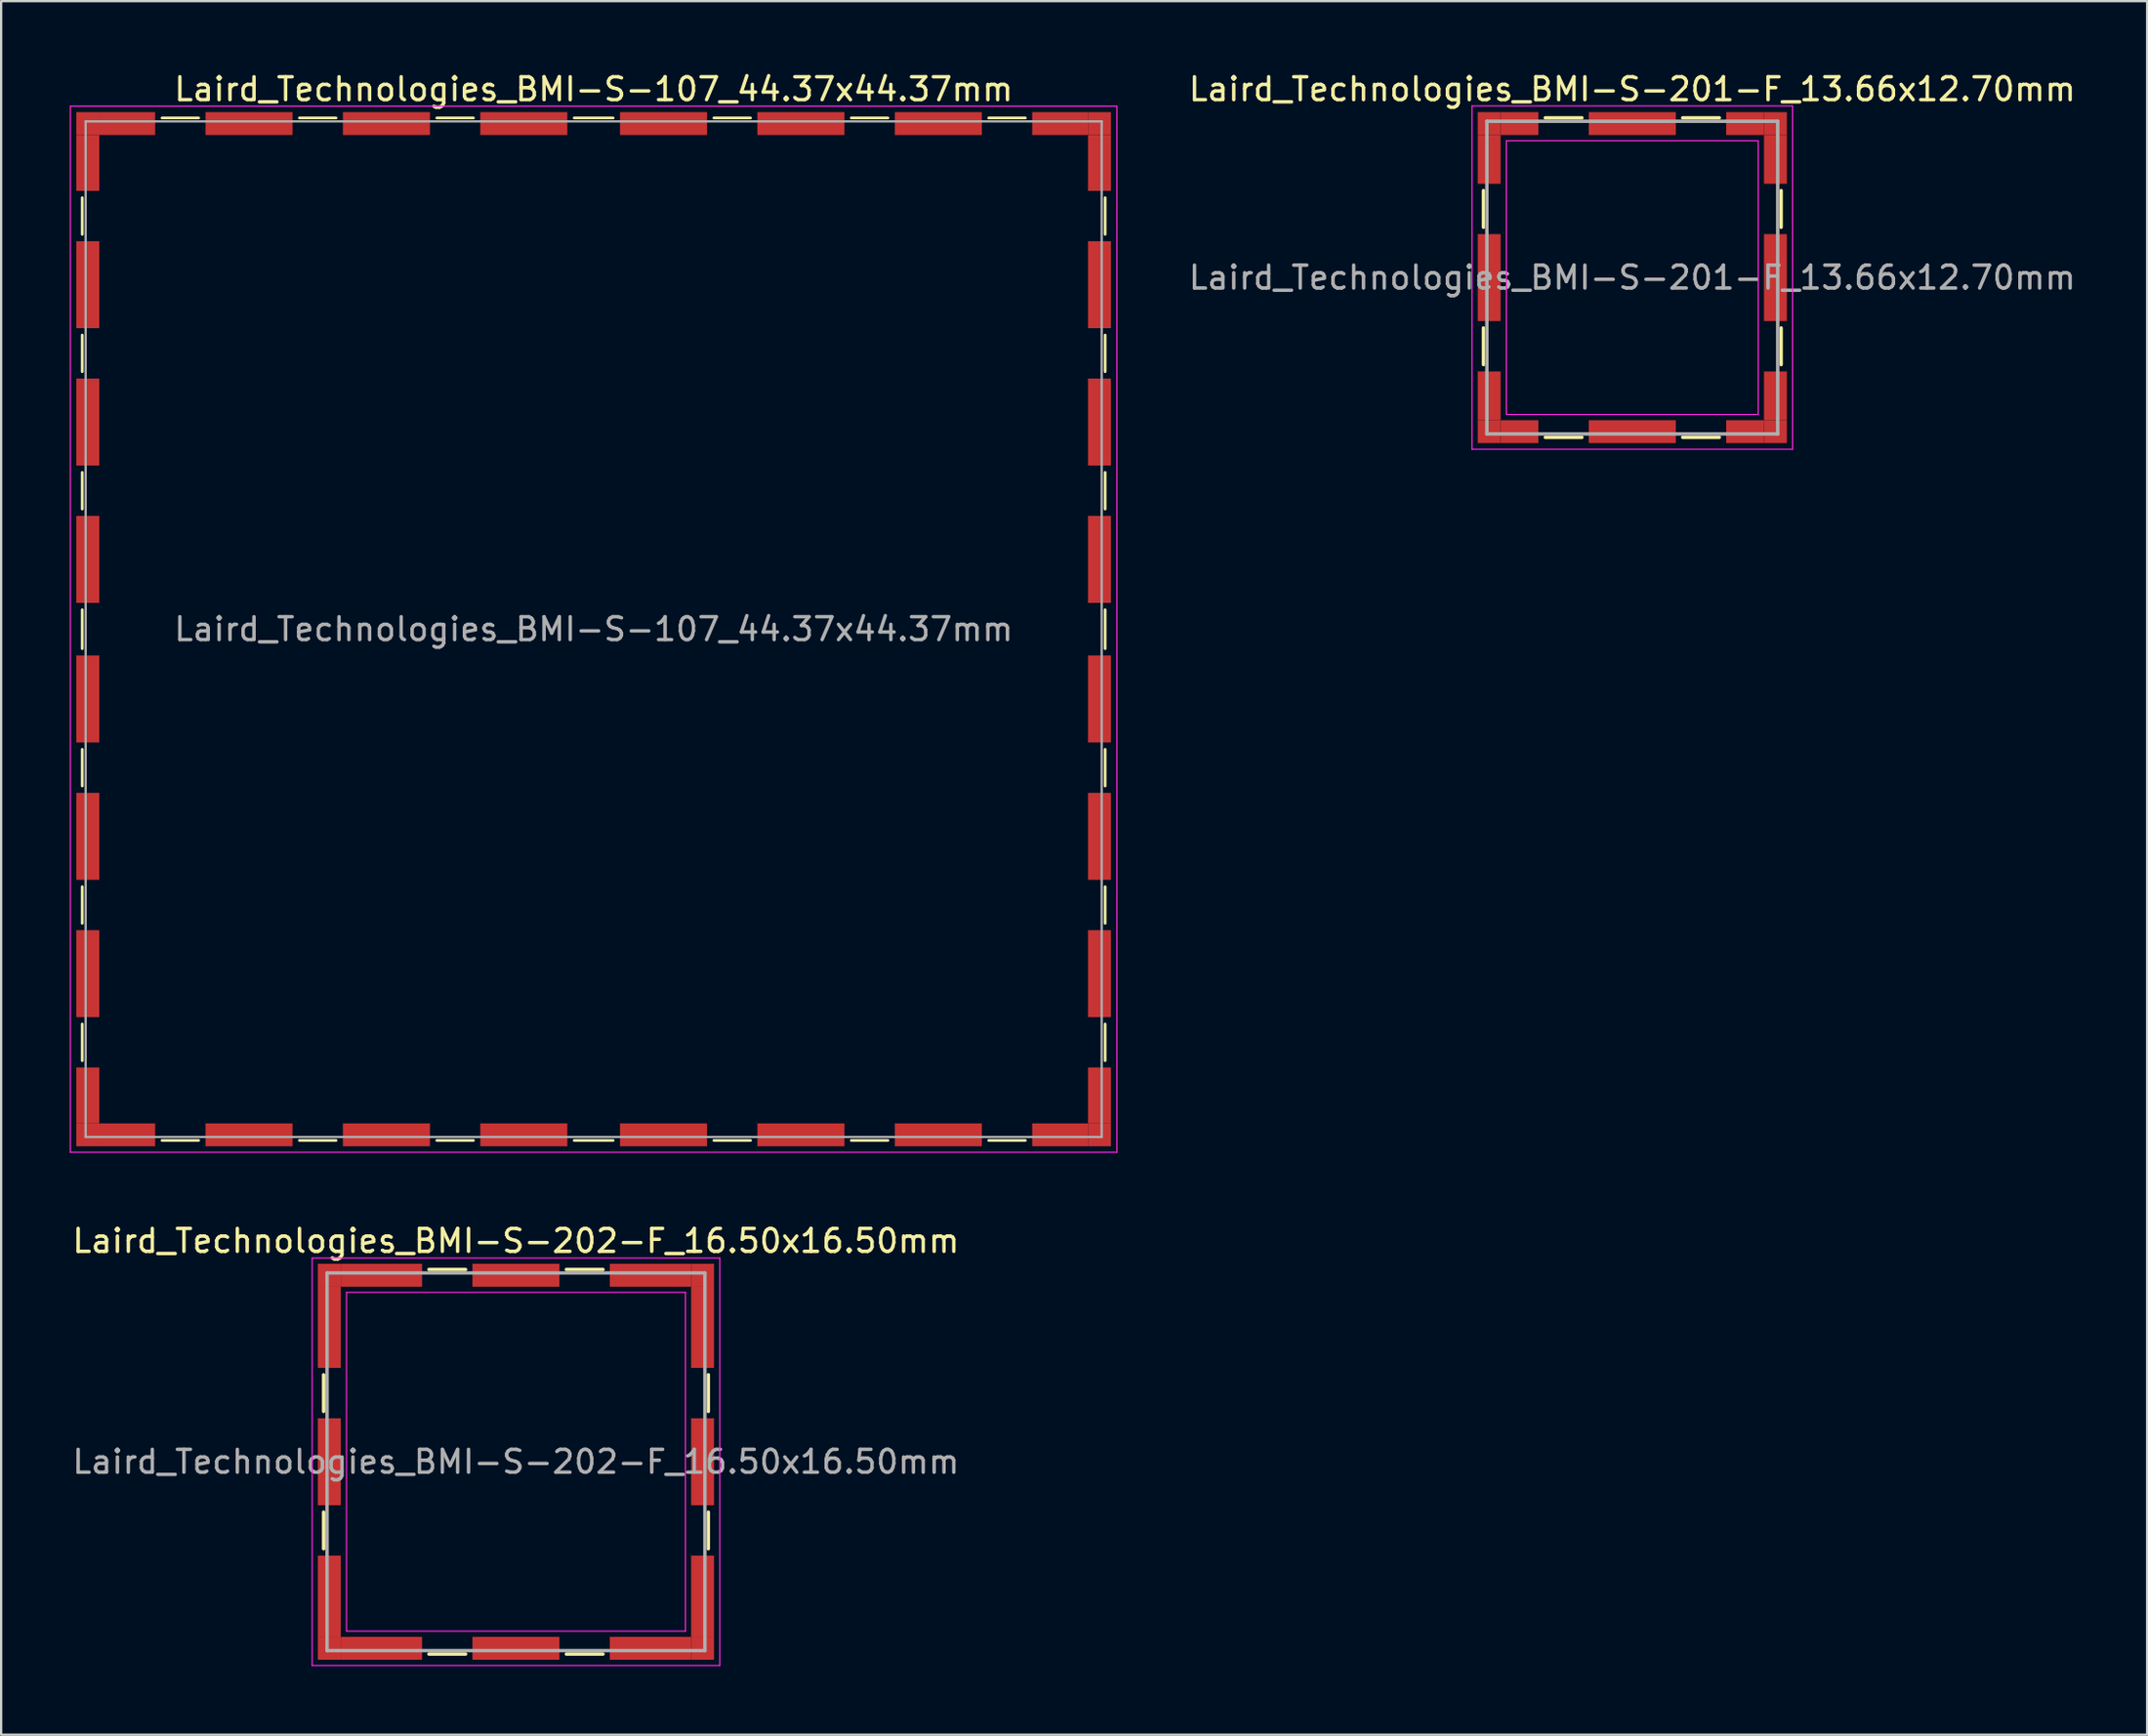
<source format=kicad_pcb>
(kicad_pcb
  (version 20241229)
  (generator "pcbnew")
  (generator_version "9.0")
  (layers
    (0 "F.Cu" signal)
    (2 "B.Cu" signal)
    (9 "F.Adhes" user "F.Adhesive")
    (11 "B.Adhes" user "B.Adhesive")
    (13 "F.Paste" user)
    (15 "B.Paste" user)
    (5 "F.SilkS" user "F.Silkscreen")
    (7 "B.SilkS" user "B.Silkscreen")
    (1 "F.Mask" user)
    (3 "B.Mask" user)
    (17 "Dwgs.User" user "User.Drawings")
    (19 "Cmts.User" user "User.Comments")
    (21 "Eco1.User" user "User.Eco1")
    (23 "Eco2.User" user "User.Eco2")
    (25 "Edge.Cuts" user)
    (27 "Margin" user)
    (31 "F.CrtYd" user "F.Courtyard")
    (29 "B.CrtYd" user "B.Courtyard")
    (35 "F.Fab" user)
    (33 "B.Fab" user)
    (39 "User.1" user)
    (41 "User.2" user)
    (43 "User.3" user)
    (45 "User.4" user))
  (footprint "Laird_Technologies_BMI-S-201-F_13.66x12.70mm"
    (layer "F.Cu")
    (at 68.232 9.078)
    (property "Reference" "Laird_Technologies_BMI-S-201-F_13.66x12.70mm" (at 0 -8.23 0) (layer "F.SilkS") (effects (font (size 1 1) (thickness 0.15))))
    (attr smd)
    (fp_line (start -6.5 -3.8) (end -6.5 -2.2) (stroke (width 0.15) (type solid)) (layer "F.SilkS"))
    (fp_line (start -6.5 2.2) (end -6.5 3.8) (stroke (width 0.15) (type solid)) (layer "F.SilkS"))
    (fp_line (start -3.8 -6.98) (end -2.2 -6.98) (stroke (width 0.15) (type solid)) (layer "F.SilkS"))
    (fp_line (start -3.8 6.98) (end -2.2 6.98) (stroke (width 0.15) (type solid)) (layer "F.SilkS"))
    (fp_line (start 2.2 -6.98) (end 3.8 -6.98) (stroke (width 0.15) (type solid)) (layer "F.SilkS"))
    (fp_line (start 2.2 6.98) (end 3.8 6.98) (stroke (width 0.15) (type solid)) (layer "F.SilkS"))
    (fp_line (start 6.5 -3.8) (end 6.5 -2.2) (stroke (width 0.15) (type solid)) (layer "F.SilkS"))
    (fp_line (start 6.5 2.2) (end 6.5 3.8) (stroke (width 0.15) (type solid)) (layer "F.SilkS"))
    (fp_line (start -7 -7.5) (end -7 7.5) (stroke (width 0.05) (type solid)) (layer "F.CrtYd"))
    (fp_line (start -7 7.5) (end 7 7.5) (stroke (width 0.05) (type solid)) (layer "F.CrtYd"))
    (fp_line (start -5.5 -5.98) (end -5.5 5.98) (stroke (width 0.05) (type solid)) (layer "F.CrtYd"))
    (fp_line (start 5.5 -5.98) (end -5.5 -5.98) (stroke (width 0.05) (type solid)) (layer "F.CrtYd"))
    (fp_line (start 5.5 -5.98) (end 5.5 5.98) (stroke (width 0.05) (type solid)) (layer "F.CrtYd"))
    (fp_line (start 5.5 5.98) (end -5.5 5.98) (stroke (width 0.05) (type solid)) (layer "F.CrtYd"))
    (fp_line (start 7 -7.5) (end -7 -7.5) (stroke (width 0.05) (type solid)) (layer "F.CrtYd"))
    (fp_line (start 7 7.5) (end 7 -7.5) (stroke (width 0.05) (type solid)) (layer "F.CrtYd"))
    (fp_line (start -6.35 -6.83) (end -6.35 6.83) (stroke (width 0.15) (type solid)) (layer "F.Fab"))
    (fp_line (start -6.35 6.83) (end 6.35 6.83) (stroke (width 0.15) (type solid)) (layer "F.Fab"))
    (fp_line (start 6.35 -6.83) (end -6.35 -6.83) (stroke (width 0.15) (type solid)) (layer "F.Fab"))
    (fp_line (start 6.35 6.83) (end 6.35 -6.83) (stroke (width 0.15) (type solid)) (layer "F.Fab"))
    (fp_text user "${REFERENCE}" (at 0 0 0) (layer "F.Fab") (effects (font (size 1 1) (thickness 0.15))))
    (pad "1" smd rect (at -6.25 -6.73) (size 1 1) (layers "F.Cu" "F.Mask"))
    (pad "1" smd rect (at -6.25 -5.165) (size 1 2.13) (layers "F.Cu" "F.Mask"))
    (pad "1" smd rect (at -6.25 0) (size 1 3.8) (layers "F.Cu" "F.Mask"))
    (pad "1" smd rect (at -6.25 5.165) (size 1 2.13) (layers "F.Cu" "F.Mask"))
    (pad "1" smd rect (at -6.25 6.73) (size 1 1) (layers "F.Cu" "F.Mask"))
    (pad "1" smd rect (at -4.925 -6.73) (size 1.65 1) (layers "F.Cu" "F.Mask"))
    (pad "1" smd rect (at -4.925 6.73) (size 1.65 1) (layers "F.Cu" "F.Mask"))
    (pad "1" smd rect (at 0 -6.73) (size 3.8 1) (layers "F.Cu" "F.Mask"))
    (pad "1" smd rect (at 0 6.73) (size 3.8 1) (layers "F.Cu" "F.Mask"))
    (pad "1" smd rect (at 4.925 -6.73) (size 1.65 1) (layers "F.Cu" "F.Mask"))
    (pad "1" smd rect (at 4.925 6.73) (size 1.65 1) (layers "F.Cu" "F.Mask"))
    (pad "1" smd rect (at 6.25 -6.73) (size 1 1) (layers "F.Cu" "F.Mask"))
    (pad "1" smd rect (at 6.25 -5.165) (size 1 2.13) (layers "F.Cu" "F.Mask"))
    (pad "1" smd rect (at 6.25 0) (size 1 3.8) (layers "F.Cu" "F.Mask"))
    (pad "1" smd rect (at 6.25 5.165) (size 1 2.13) (layers "F.Cu" "F.Mask"))
    (pad "1" smd rect (at 6.25 6.73) (size 1 1) (layers "F.Cu" "F.Mask")))
  (footprint "Laird_Technologies_BMI-S-202-F_16.50x16.50mm"
    (layer "F.Cu")
    (at 19.482 60.812)
    (property "Reference" "Laird_Technologies_BMI-S-202-F_16.50x16.50mm" (at 0 -9.65 0) (layer "F.SilkS") (effects (font (size 1 1) (thickness 0.15))))
    (attr smd)
    (fp_line (start -8.4 -3.8) (end -8.4 -2.2) (stroke (width 0.15) (type solid)) (layer "F.SilkS"))
    (fp_line (start -8.4 2.2) (end -8.4 3.8) (stroke (width 0.15) (type solid)) (layer "F.SilkS"))
    (fp_line (start -3.8 -8.4) (end -2.2 -8.4) (stroke (width 0.15) (type solid)) (layer "F.SilkS"))
    (fp_line (start -3.8 8.4) (end -2.2 8.4) (stroke (width 0.15) (type solid)) (layer "F.SilkS"))
    (fp_line (start 2.2 -8.4) (end 3.8 -8.4) (stroke (width 0.15) (type solid)) (layer "F.SilkS"))
    (fp_line (start 2.2 8.4) (end 3.8 8.4) (stroke (width 0.15) (type solid)) (layer "F.SilkS"))
    (fp_line (start 8.4 -3.8) (end 8.4 -2.2) (stroke (width 0.15) (type solid)) (layer "F.SilkS"))
    (fp_line (start 8.4 2.2) (end 8.4 3.8) (stroke (width 0.15) (type solid)) (layer "F.SilkS"))
    (fp_line (start -8.9 -8.9) (end -8.9 8.9) (stroke (width 0.05) (type solid)) (layer "F.CrtYd"))
    (fp_line (start -8.9 8.9) (end 8.9 8.9) (stroke (width 0.05) (type solid)) (layer "F.CrtYd"))
    (fp_line (start -7.4 -7.4) (end -7.4 7.4) (stroke (width 0.05) (type solid)) (layer "F.CrtYd"))
    (fp_line (start 7.4 -7.4) (end -7.4 -7.4) (stroke (width 0.05) (type solid)) (layer "F.CrtYd"))
    (fp_line (start 7.4 -7.4) (end 7.4 7.4) (stroke (width 0.05) (type solid)) (layer "F.CrtYd"))
    (fp_line (start 7.4 7.4) (end -7.4 7.4) (stroke (width 0.05) (type solid)) (layer "F.CrtYd"))
    (fp_line (start 8.9 -8.9) (end -8.9 -8.9) (stroke (width 0.05) (type solid)) (layer "F.CrtYd"))
    (fp_line (start 8.9 8.9) (end 8.9 -8.9) (stroke (width 0.05) (type solid)) (layer "F.CrtYd"))
    (fp_line (start -8.25 -8.25) (end -8.25 8.25) (stroke (width 0.15) (type solid)) (layer "F.Fab"))
    (fp_line (start -8.25 8.25) (end 8.25 8.25) (stroke (width 0.15) (type solid)) (layer "F.Fab"))
    (fp_line (start 8.25 -8.25) (end -8.25 -8.25) (stroke (width 0.15) (type solid)) (layer "F.Fab"))
    (fp_line (start 8.25 8.25) (end 8.25 -8.25) (stroke (width 0.15) (type solid)) (layer "F.Fab"))
    (fp_text user "${REFERENCE}" (at 0 0 0) (layer "F.Fab") (effects (font (size 1 1) (thickness 0.15))))
    (pad "1" smd rect (at -8.15 -8.15) (size 1 1) (layers "F.Cu" "F.Mask"))
    (pad "1" smd rect (at -8.15 -5.875) (size 1 3.55) (layers "F.Cu" "F.Mask"))
    (pad "1" smd rect (at -8.15 0) (size 1 3.8) (layers "F.Cu" "F.Mask"))
    (pad "1" smd rect (at -8.15 5.875) (size 1 3.55) (layers "F.Cu" "F.Mask"))
    (pad "1" smd rect (at -8.15 8.15) (size 1 1) (layers "F.Cu" "F.Mask"))
    (pad "1" smd rect (at -5.875 -8.15) (size 3.55 1) (layers "F.Cu" "F.Mask"))
    (pad "1" smd rect (at -5.875 8.15) (size 3.55 1) (layers "F.Cu" "F.Mask"))
    (pad "1" smd rect (at 0 -8.15) (size 3.8 1) (layers "F.Cu" "F.Mask"))
    (pad "1" smd rect (at 0 8.15) (size 3.8 1) (layers "F.Cu" "F.Mask"))
    (pad "1" smd rect (at 5.875 -8.15) (size 3.55 1) (layers "F.Cu" "F.Mask"))
    (pad "1" smd rect (at 5.875 8.15) (size 3.55 1) (layers "F.Cu" "F.Mask"))
    (pad "1" smd rect (at 8.15 -8.15) (size 1 1) (layers "F.Cu" "F.Mask"))
    (pad "1" smd rect (at 8.15 -5.875) (size 1 3.55) (layers "F.Cu" "F.Mask"))
    (pad "1" smd rect (at 8.15 0) (size 1 3.8) (layers "F.Cu" "F.Mask"))
    (pad "1" smd rect (at 8.15 5.875) (size 1 3.55) (layers "F.Cu" "F.Mask"))
    (pad "1" smd rect (at 8.15 8.15) (size 1 1) (layers "F.Cu" "F.Mask")))
  (footprint "Laird_Technologies_BMI-S-107_44.37x44.37mm"
    (layer "F.Cu")
    (at 22.875 24.438)
    (property "Reference" "Laird_Technologies_BMI-S-107_44.37x44.37mm" (at 0 -23.59 0) (layer "F.SilkS") (effects (font (size 1 1) (thickness 0.15))))
    (attr smd)
    (fp_line (start -22.335 -18.85) (end -22.335 -17.25) (stroke (width 0.12) (type solid)) (layer "F.SilkS"))
    (fp_line (start -22.335 -12.85) (end -22.335 -11.25) (stroke (width 0.12) (type solid)) (layer "F.SilkS"))
    (fp_line (start -22.335 -6.85) (end -22.335 -5.25) (stroke (width 0.12) (type solid)) (layer "F.SilkS"))
    (fp_line (start -22.335 -0.85) (end -22.335 0.85) (stroke (width 0.12) (type solid)) (layer "F.SilkS"))
    (fp_line (start -22.335 5.25) (end -22.335 6.85) (stroke (width 0.12) (type solid)) (layer "F.SilkS"))
    (fp_line (start -22.335 11.25) (end -22.335 12.85) (stroke (width 0.12) (type solid)) (layer "F.SilkS"))
    (fp_line (start -22.335 17.25) (end -22.335 18.85) (stroke (width 0.12) (type solid)) (layer "F.SilkS"))
    (fp_line (start -18.85 -22.335) (end -17.25 -22.335) (stroke (width 0.12) (type solid)) (layer "F.SilkS"))
    (fp_line (start -18.85 22.335) (end -17.25 22.335) (stroke (width 0.12) (type solid)) (layer "F.SilkS"))
    (fp_line (start -12.85 -22.335) (end -11.25 -22.335) (stroke (width 0.12) (type solid)) (layer "F.SilkS"))
    (fp_line (start -12.85 22.335) (end -11.25 22.335) (stroke (width 0.12) (type solid)) (layer "F.SilkS"))
    (fp_line (start -6.85 -22.335) (end -5.25 -22.335) (stroke (width 0.12) (type solid)) (layer "F.SilkS"))
    (fp_line (start -6.85 22.335) (end -5.25 22.335) (stroke (width 0.12) (type solid)) (layer "F.SilkS"))
    (fp_line (start -0.85 -22.335) (end 0.85 -22.335) (stroke (width 0.12) (type solid)) (layer "F.SilkS"))
    (fp_line (start -0.85 22.335) (end 0.85 22.335) (stroke (width 0.12) (type solid)) (layer "F.SilkS"))
    (fp_line (start 5.25 -22.335) (end 6.85 -22.335) (stroke (width 0.12) (type solid)) (layer "F.SilkS"))
    (fp_line (start 5.25 22.335) (end 6.85 22.335) (stroke (width 0.12) (type solid)) (layer "F.SilkS"))
    (fp_line (start 11.25 -22.335) (end 12.85 -22.335) (stroke (width 0.12) (type solid)) (layer "F.SilkS"))
    (fp_line (start 11.25 22.335) (end 12.85 22.335) (stroke (width 0.12) (type solid)) (layer "F.SilkS"))
    (fp_line (start 17.25 -22.335) (end 18.85 -22.335) (stroke (width 0.12) (type solid)) (layer "F.SilkS"))
    (fp_line (start 17.25 22.335) (end 18.85 22.335) (stroke (width 0.12) (type solid)) (layer "F.SilkS"))
    (fp_line (start 22.335 -18.85) (end 22.335 -17.25) (stroke (width 0.12) (type solid)) (layer "F.SilkS"))
    (fp_line (start 22.335 -12.85) (end 22.335 -11.25) (stroke (width 0.12) (type solid)) (layer "F.SilkS"))
    (fp_line (start 22.335 -6.85) (end 22.335 -5.25) (stroke (width 0.12) (type solid)) (layer "F.SilkS"))
    (fp_line (start 22.335 -0.85) (end 22.335 0.85) (stroke (width 0.12) (type solid)) (layer "F.SilkS"))
    (fp_line (start 22.335 5.25) (end 22.335 6.85) (stroke (width 0.12) (type solid)) (layer "F.SilkS"))
    (fp_line (start 22.335 11.25) (end 22.335 12.85) (stroke (width 0.12) (type solid)) (layer "F.SilkS"))
    (fp_line (start 22.335 17.25) (end 22.335 18.85) (stroke (width 0.12) (type solid)) (layer "F.SilkS"))
    (fp_line (start -22.85 -22.85) (end -22.85 22.85) (stroke (width 0.05) (type solid)) (layer "F.CrtYd"))
    (fp_line (start -22.85 22.85) (end 22.85 22.85) (stroke (width 0.05) (type solid)) (layer "F.CrtYd"))
    (fp_line (start 22.85 -22.85) (end -22.85 -22.85) (stroke (width 0.05) (type solid)) (layer "F.CrtYd"))
    (fp_line (start 22.85 22.85) (end 22.85 -22.85) (stroke (width 0.05) (type solid)) (layer "F.CrtYd"))
    (fp_line (start -22.185 -22.185) (end -22.185 22.185) (stroke (width 0.1) (type solid)) (layer "F.Fab"))
    (fp_line (start -22.185 22.185) (end 22.185 22.185) (stroke (width 0.1) (type solid)) (layer "F.Fab"))
    (fp_line (start 22.185 -22.185) (end -22.185 -22.185) (stroke (width 0.1) (type solid)) (layer "F.Fab"))
    (fp_line (start 22.185 22.185) (end 22.185 -22.185) (stroke (width 0.1) (type solid)) (layer "F.Fab"))
    (fp_text user "${REFERENCE}" (at 0 0 0) (layer "F.Fab") (effects (font (size 1 1) (thickness 0.15))))
    (pad "1" smd rect (at -22.09 -22.09) (size 1 1) (layers "F.Cu" "F.Mask"))
    (pad "1" smd rect (at -22.09 -20.37) (size 1 2.44) (layers "F.Cu" "F.Mask"))
    (pad "1" smd rect (at -22.09 -15.05) (size 1 3.8) (layers "F.Cu" "F.Mask"))
    (pad "1" smd rect (at -22.09 -9.05) (size 1 3.8) (layers "F.Cu" "F.Mask"))
    (pad "1" smd rect (at -22.09 -3.05) (size 1 3.8) (layers "F.Cu" "F.Mask"))
    (pad "1" smd rect (at -22.09 3.05) (size 1 3.8) (layers "F.Cu" "F.Mask"))
    (pad "1" smd rect (at -22.09 9.05) (size 1 3.8) (layers "F.Cu" "F.Mask"))
    (pad "1" smd rect (at -22.09 15.05) (size 1 3.8) (layers "F.Cu" "F.Mask"))
    (pad "1" smd rect (at -22.09 20.37) (size 1 2.44) (layers "F.Cu" "F.Mask"))
    (pad "1" smd rect (at -22.09 22.09) (size 1 1) (layers "F.Cu" "F.Mask"))
    (pad "1" smd rect (at -20.37 -22.09) (size 2.44 1) (layers "F.Cu" "F.Mask"))
    (pad "1" smd rect (at -20.37 22.09) (size 2.44 1) (layers "F.Cu" "F.Mask"))
    (pad "1" smd rect (at -15.05 -22.09) (size 3.8 1) (layers "F.Cu" "F.Mask"))
    (pad "1" smd rect (at -15.05 22.09) (size 3.8 1) (layers "F.Cu" "F.Mask"))
    (pad "1" smd rect (at -9.05 -22.09) (size 3.8 1) (layers "F.Cu" "F.Mask"))
    (pad "1" smd rect (at -9.05 22.09) (size 3.8 1) (layers "F.Cu" "F.Mask"))
    (pad "1" smd rect (at -3.05 -22.09) (size 3.8 1) (layers "F.Cu" "F.Mask"))
    (pad "1" smd rect (at -3.05 22.09) (size 3.8 1) (layers "F.Cu" "F.Mask"))
    (pad "1" smd rect (at 3.05 -22.09) (size 3.8 1) (layers "F.Cu" "F.Mask"))
    (pad "1" smd rect (at 3.05 22.09) (size 3.8 1) (layers "F.Cu" "F.Mask"))
    (pad "1" smd rect (at 9.05 -22.09) (size 3.8 1) (layers "F.Cu" "F.Mask"))
    (pad "1" smd rect (at 9.05 22.09) (size 3.8 1) (layers "F.Cu" "F.Mask"))
    (pad "1" smd rect (at 15.05 -22.09) (size 3.8 1) (layers "F.Cu" "F.Mask"))
    (pad "1" smd rect (at 15.05 22.09) (size 3.8 1) (layers "F.Cu" "F.Mask"))
    (pad "1" smd rect (at 20.37 -22.09) (size 2.44 1) (layers "F.Cu" "F.Mask"))
    (pad "1" smd rect (at 20.37 22.09) (size 2.44 1) (layers "F.Cu" "F.Mask"))
    (pad "1" smd rect (at 22.09 -22.09) (size 1 1) (layers "F.Cu" "F.Mask"))
    (pad "1" smd rect (at 22.09 -20.37) (size 1 2.44) (layers "F.Cu" "F.Mask"))
    (pad "1" smd rect (at 22.09 -15.05) (size 1 3.8) (layers "F.Cu" "F.Mask"))
    (pad "1" smd rect (at 22.09 -9.05) (size 1 3.8) (layers "F.Cu" "F.Mask"))
    (pad "1" smd rect (at 22.09 -3.05) (size 1 3.8) (layers "F.Cu" "F.Mask"))
    (pad "1" smd rect (at 22.09 3.05) (size 1 3.8) (layers "F.Cu" "F.Mask"))
    (pad "1" smd rect (at 22.09 9.05) (size 1 3.8) (layers "F.Cu" "F.Mask"))
    (pad "1" smd rect (at 22.09 15.05) (size 1 3.8) (layers "F.Cu" "F.Mask"))
    (pad "1" smd rect (at 22.09 20.37) (size 1 2.44) (layers "F.Cu" "F.Mask"))
    (pad "1" smd rect (at 22.09 22.09) (size 1 1) (layers "F.Cu" "F.Mask")))
  (gr_rect
    (start -3 -3)
    (end 90.714 72.737)
    (stroke (width 0.1) (type default))
    (fill no)
    (layer "Edge.Cuts")))
</source>
